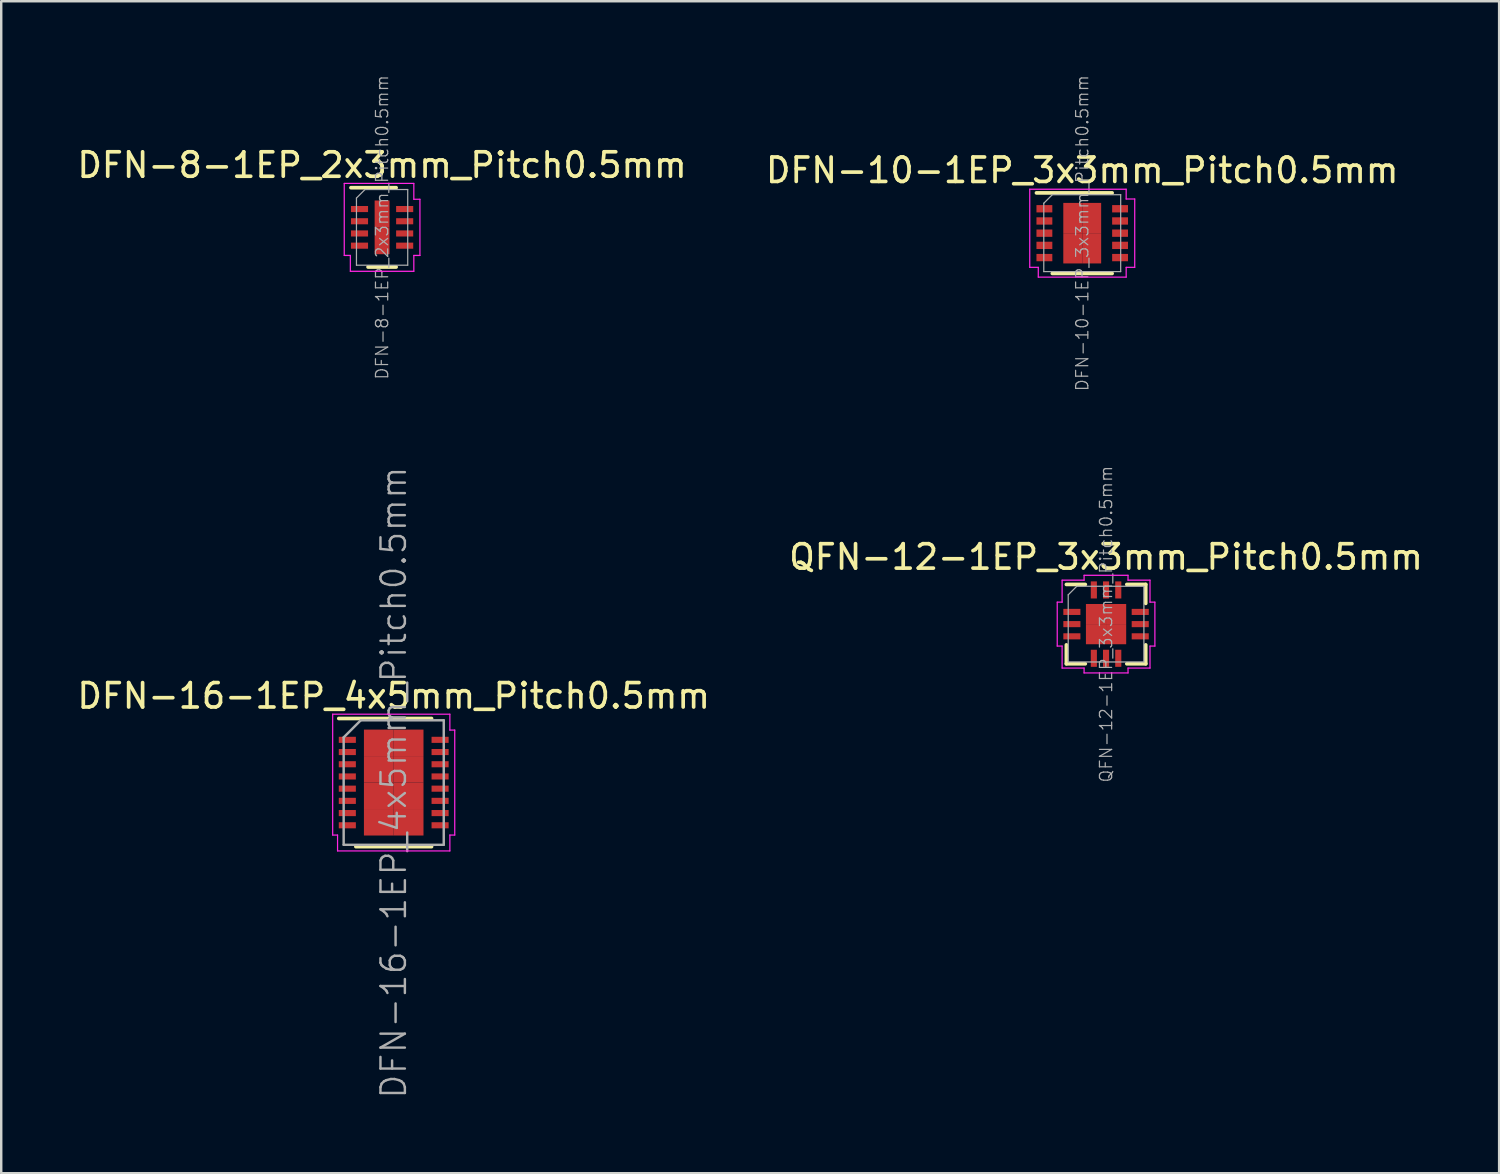
<source format=kicad_pcb>
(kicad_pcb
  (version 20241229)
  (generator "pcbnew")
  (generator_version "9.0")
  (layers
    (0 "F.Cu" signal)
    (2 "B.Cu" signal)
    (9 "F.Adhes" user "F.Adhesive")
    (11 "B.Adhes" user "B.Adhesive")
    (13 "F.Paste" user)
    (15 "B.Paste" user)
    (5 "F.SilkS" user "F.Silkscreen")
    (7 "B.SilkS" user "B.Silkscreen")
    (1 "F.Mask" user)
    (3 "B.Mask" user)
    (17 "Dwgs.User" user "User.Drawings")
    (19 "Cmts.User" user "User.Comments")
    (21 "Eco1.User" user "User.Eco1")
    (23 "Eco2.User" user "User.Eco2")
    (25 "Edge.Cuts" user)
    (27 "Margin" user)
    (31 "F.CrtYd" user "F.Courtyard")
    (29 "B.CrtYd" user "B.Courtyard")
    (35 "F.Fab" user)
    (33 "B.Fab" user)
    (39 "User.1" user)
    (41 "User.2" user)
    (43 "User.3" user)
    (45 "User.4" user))
  (footprint "DFN-10-1EP_3x3mm_Pitch0.5mm"
    (layer "F.Cu")
    (at 41.28 6.501)
    (property "Reference" "DFN-10-1EP_3x3mm_Pitch0.5mm" (at 0 -2.575 0) (layer "F.SilkS") (effects (font (size 1 1) (thickness 0.15))))
    (attr smd)
    (fp_line (start -1.875 -1.65) (end 1.225 -1.65) (stroke (width 0.15) (type solid)) (layer "F.SilkS"))
    (fp_line (start -1.225 1.65) (end 1.225 1.65) (stroke (width 0.15) (type solid)) (layer "F.SilkS"))
    (fp_line (start -2.15 -1.8) (end -2.15 1.4) (stroke (width 0.05) (type solid)) (layer "F.CrtYd"))
    (fp_line (start -2.15 1.4) (end -1.8 1.4) (stroke (width 0.05) (type solid)) (layer "F.CrtYd"))
    (fp_line (start -1.8 1.8) (end -1.8 1.4) (stroke (width 0.05) (type solid)) (layer "F.CrtYd"))
    (fp_line (start 1.8 -1.8) (end -2.15 -1.8) (stroke (width 0.05) (type solid)) (layer "F.CrtYd"))
    (fp_line (start 1.8 -1.8) (end 1.8 -1.4) (stroke (width 0.05) (type solid)) (layer "F.CrtYd"))
    (fp_line (start 1.8 1.8) (end -1.8 1.8) (stroke (width 0.05) (type solid)) (layer "F.CrtYd"))
    (fp_line (start 1.8 1.8) (end 1.8 1.4) (stroke (width 0.05) (type solid)) (layer "F.CrtYd"))
    (fp_line (start 2.15 -1.4) (end 1.8 -1.4) (stroke (width 0.05) (type solid)) (layer "F.CrtYd"))
    (fp_line (start 2.15 -1.4) (end 2.15 1.4) (stroke (width 0.05) (type solid)) (layer "F.CrtYd"))
    (fp_line (start 2.15 1.4) (end 1.8 1.4) (stroke (width 0.05) (type solid)) (layer "F.CrtYd"))
    (fp_line (start -1.575 -1.225) (end -1.225 -1.575) (stroke (width 0.05) (type solid)) (layer "F.Fab"))
    (fp_line (start -1.575 1.575) (end -1.575 -1.225) (stroke (width 0.05) (type solid)) (layer "F.Fab"))
    (fp_line (start 1.575 -1.575) (end -1.225 -1.575) (stroke (width 0.05) (type solid)) (layer "F.Fab"))
    (fp_line (start 1.575 1.575) (end -1.575 1.575) (stroke (width 0.05) (type solid)) (layer "F.Fab"))
    (fp_line (start 1.575 1.575) (end 1.575 -1.575) (stroke (width 0.05) (type solid)) (layer "F.Fab"))
    (fp_text user "${REFERENCE}" (at 0 0 90) (layer "F.Fab") (effects (font (size 0.5 0.5) (thickness 0.05))))
    (pad "1" smd rect (at -1.55 -1) (size 0.65 0.3) (layers "F.Cu" "F.Mask" "F.Paste"))
    (pad "2" smd rect (at -1.55 -0.5) (size 0.65 0.3) (layers "F.Cu" "F.Mask" "F.Paste"))
    (pad "3" smd rect (at -1.55 0) (size 0.65 0.3) (layers "F.Cu" "F.Mask" "F.Paste"))
    (pad "4" smd rect (at -1.55 0.5) (size 0.65 0.3) (layers "F.Cu" "F.Mask" "F.Paste"))
    (pad "5" smd rect (at -1.55 1) (size 0.65 0.3) (layers "F.Cu" "F.Mask" "F.Paste"))
    (pad "6" smd rect (at 1.55 1) (size 0.65 0.3) (layers "F.Cu" "F.Mask" "F.Paste"))
    (pad "7" smd rect (at 1.55 0.5) (size 0.65 0.3) (layers "F.Cu" "F.Mask" "F.Paste"))
    (pad "8" smd rect (at 1.55 0) (size 0.65 0.3) (layers "F.Cu" "F.Mask" "F.Paste"))
    (pad "9" smd rect (at 1.55 -0.5) (size 0.65 0.3) (layers "F.Cu" "F.Mask" "F.Paste"))
    (pad "10" smd rect (at 1.55 -1) (size 0.65 0.3) (layers "F.Cu" "F.Mask" "F.Paste"))
    (pad "11" smd rect (at -0.388 -0.62) (size 0.775 1.24) (layers "F.Cu" "F.Mask" "F.Paste"))
    (pad "11" smd rect (at -0.388 0.62) (size 0.775 1.24) (layers "F.Cu" "F.Mask" "F.Paste"))
    (pad "11" smd rect (at 0.388 -0.62) (size 0.775 1.24) (layers "F.Cu" "F.Mask" "F.Paste"))
    (pad "11" smd rect (at 0.388 0.62) (size 0.775 1.24) (layers "F.Cu" "F.Mask" "F.Paste")))
  (footprint "DFN-8-1EP_2x3mm_Pitch0.5mm"
    (layer "F.Cu")
    (at 12.601 6.263)
    (property "Reference" "DFN-8-1EP_2x3mm_Pitch0.5mm" (at 0 -2.55 0) (layer "F.SilkS") (effects (font (size 1 1) (thickness 0.15))))
    (attr smd)
    (fp_line (start -1.275 -1.625) (end 0.575 -1.625) (stroke (width 0.15) (type solid)) (layer "F.SilkS"))
    (fp_line (start -0.575 1.625) (end 0.575 1.625) (stroke (width 0.15) (type solid)) (layer "F.SilkS"))
    (fp_line (start -1.55 -1.8) (end -1.55 1.15) (stroke (width 0.05) (type solid)) (layer "F.CrtYd"))
    (fp_line (start -1.55 1.15) (end -1.3 1.15) (stroke (width 0.05) (type solid)) (layer "F.CrtYd"))
    (fp_line (start -1.3 1.8) (end -1.3 1.15) (stroke (width 0.05) (type solid)) (layer "F.CrtYd"))
    (fp_line (start 1.3 -1.8) (end -1.55 -1.8) (stroke (width 0.05) (type solid)) (layer "F.CrtYd"))
    (fp_line (start 1.3 -1.8) (end 1.3 -1.15) (stroke (width 0.05) (type solid)) (layer "F.CrtYd"))
    (fp_line (start 1.3 1.8) (end -1.3 1.8) (stroke (width 0.05) (type solid)) (layer "F.CrtYd"))
    (fp_line (start 1.3 1.8) (end 1.3 1.15) (stroke (width 0.05) (type solid)) (layer "F.CrtYd"))
    (fp_line (start 1.55 -1.15) (end 1.3 -1.15) (stroke (width 0.05) (type solid)) (layer "F.CrtYd"))
    (fp_line (start 1.55 -1.15) (end 1.55 1.15) (stroke (width 0.05) (type solid)) (layer "F.CrtYd"))
    (fp_line (start 1.55 1.15) (end 1.3 1.15) (stroke (width 0.05) (type solid)) (layer "F.CrtYd"))
    (fp_line (start -1.05 -1.2) (end -0.7 -1.55) (stroke (width 0.05) (type solid)) (layer "F.Fab"))
    (fp_line (start -1.05 1.55) (end -1.05 -1.2) (stroke (width 0.05) (type solid)) (layer "F.Fab"))
    (fp_line (start 1.05 -1.55) (end -0.7 -1.55) (stroke (width 0.05) (type solid)) (layer "F.Fab"))
    (fp_line (start 1.05 1.55) (end -1.05 1.55) (stroke (width 0.05) (type solid)) (layer "F.Fab"))
    (fp_line (start 1.05 1.55) (end 1.05 -1.55) (stroke (width 0.05) (type solid)) (layer "F.Fab"))
    (fp_text user "${REFERENCE}" (at 0 0 90) (layer "F.Fab") (effects (font (size 0.5 0.5) (thickness 0.05))))
    (pad "1" smd rect (at -0.925 -0.75) (size 0.7 0.25) (layers "F.Cu" "F.Mask" "F.Paste"))
    (pad "2" smd rect (at -0.925 -0.25) (size 0.7 0.25) (layers "F.Cu" "F.Mask" "F.Paste"))
    (pad "3" smd rect (at -0.925 0.25) (size 0.7 0.25) (layers "F.Cu" "F.Mask" "F.Paste"))
    (pad "4" smd rect (at -0.925 0.75) (size 0.7 0.25) (layers "F.Cu" "F.Mask" "F.Paste"))
    (pad "5" smd rect (at 0.925 0.75) (size 0.7 0.25) (layers "F.Cu" "F.Mask" "F.Paste"))
    (pad "6" smd rect (at 0.925 0.25) (size 0.7 0.25) (layers "F.Cu" "F.Mask" "F.Paste"))
    (pad "7" smd rect (at 0.925 -0.25) (size 0.7 0.25) (layers "F.Cu" "F.Mask" "F.Paste"))
    (pad "8" smd rect (at 0.925 -0.75) (size 0.7 0.25) (layers "F.Cu" "F.Mask" "F.Paste"))
    (pad "9" smd rect (at 0 -0.55) (size 0.61 1.1) (layers "F.Cu" "F.Mask" "F.Paste"))
    (pad "9" smd rect (at 0 0.55) (size 0.61 1.1) (layers "F.Cu" "F.Mask" "F.Paste")))
  (footprint "QFN-12-1EP_3x3mm_Pitch0.5mm"
    (layer "F.Cu")
    (at 42.256 22.515)
    (property "Reference" "QFN-12-1EP_3x3mm_Pitch0.5mm" (at 0 -2.75 0) (layer "F.SilkS") (effects (font (size 1 1) (thickness 0.15))))
    (attr smd)
    (fp_line (start -1.625 -1.625) (end -0.85 -1.625) (stroke (width 0.15) (type solid)) (layer "F.SilkS"))
    (fp_line (start -1.625 1.625) (end -1.625 0.85) (stroke (width 0.15) (type solid)) (layer "F.SilkS"))
    (fp_line (start -1.625 1.625) (end -0.85 1.625) (stroke (width 0.15) (type solid)) (layer "F.SilkS"))
    (fp_line (start 1.625 -1.625) (end 0.85 -1.625) (stroke (width 0.15) (type solid)) (layer "F.SilkS"))
    (fp_line (start 1.625 -1.625) (end 1.625 -0.85) (stroke (width 0.15) (type solid)) (layer "F.SilkS"))
    (fp_line (start 1.625 1.625) (end 0.85 1.625) (stroke (width 0.15) (type solid)) (layer "F.SilkS"))
    (fp_line (start 1.625 1.625) (end 1.625 0.85) (stroke (width 0.15) (type solid)) (layer "F.SilkS"))
    (fp_line (start -2 -0.9) (end -2 0.9) (stroke (width 0.05) (type solid)) (layer "F.CrtYd"))
    (fp_line (start -2 -0.9) (end -1.8 -0.9) (stroke (width 0.05) (type solid)) (layer "F.CrtYd"))
    (fp_line (start -2 0.9) (end -1.8 0.9) (stroke (width 0.05) (type solid)) (layer "F.CrtYd"))
    (fp_line (start -1.8 -1.8) (end -1.8 -0.9) (stroke (width 0.05) (type solid)) (layer "F.CrtYd"))
    (fp_line (start -1.8 1.8) (end -1.8 0.9) (stroke (width 0.05) (type solid)) (layer "F.CrtYd"))
    (fp_line (start -0.9 -2) (end -0.9 -1.8) (stroke (width 0.05) (type solid)) (layer "F.CrtYd"))
    (fp_line (start -0.9 -1.8) (end -1.8 -1.8) (stroke (width 0.05) (type solid)) (layer "F.CrtYd"))
    (fp_line (start -0.9 1.8) (end -1.8 1.8) (stroke (width 0.05) (type solid)) (layer "F.CrtYd"))
    (fp_line (start -0.9 2) (end -0.9 1.8) (stroke (width 0.05) (type solid)) (layer "F.CrtYd"))
    (fp_line (start 0.9 -2) (end -0.9 -2) (stroke (width 0.05) (type solid)) (layer "F.CrtYd"))
    (fp_line (start 0.9 -2) (end 0.9 -1.8) (stroke (width 0.05) (type solid)) (layer "F.CrtYd"))
    (fp_line (start 0.9 -1.8) (end 1.8 -1.8) (stroke (width 0.05) (type solid)) (layer "F.CrtYd"))
    (fp_line (start 0.9 1.8) (end 1.8 1.8) (stroke (width 0.05) (type solid)) (layer "F.CrtYd"))
    (fp_line (start 0.9 2) (end -0.9 2) (stroke (width 0.05) (type solid)) (layer "F.CrtYd"))
    (fp_line (start 0.9 2) (end 0.9 1.8) (stroke (width 0.05) (type solid)) (layer "F.CrtYd"))
    (fp_line (start 1.8 -1.8) (end 1.8 -0.9) (stroke (width 0.05) (type solid)) (layer "F.CrtYd"))
    (fp_line (start 1.8 1.8) (end 1.8 0.9) (stroke (width 0.05) (type solid)) (layer "F.CrtYd"))
    (fp_line (start 2 -0.9) (end 1.8 -0.9) (stroke (width 0.05) (type solid)) (layer "F.CrtYd"))
    (fp_line (start 2 -0.9) (end 2 0.9) (stroke (width 0.05) (type solid)) (layer "F.CrtYd"))
    (fp_line (start 2 0.9) (end 1.8 0.9) (stroke (width 0.05) (type solid)) (layer "F.CrtYd"))
    (fp_line (start -1.55 -1.2) (end -1.2 -1.55) (stroke (width 0.05) (type solid)) (layer "F.Fab"))
    (fp_line (start -1.55 1.55) (end -1.55 -1.2) (stroke (width 0.05) (type solid)) (layer "F.Fab"))
    (fp_line (start 1.55 -1.55) (end -1.2 -1.55) (stroke (width 0.05) (type solid)) (layer "F.Fab"))
    (fp_line (start 1.55 1.55) (end -1.55 1.55) (stroke (width 0.05) (type solid)) (layer "F.Fab"))
    (fp_line (start 1.55 1.55) (end 1.55 -1.55) (stroke (width 0.05) (type solid)) (layer "F.Fab"))
    (fp_text user "${REFERENCE}" (at 0 0 90) (layer "F.Fab") (effects (font (size 0.5 0.5) (thickness 0.05))))
    (pad "1" smd rect (at -1.4 -0.5) (size 0.7 0.25) (layers "F.Cu" "F.Mask" "F.Paste"))
    (pad "2" smd rect (at -1.4 0) (size 0.7 0.25) (layers "F.Cu" "F.Mask" "F.Paste"))
    (pad "3" smd rect (at -1.4 0.5) (size 0.7 0.25) (layers "F.Cu" "F.Mask" "F.Paste"))
    (pad "4" smd rect (at -0.5 1.4 90) (size 0.7 0.25) (layers "F.Cu" "F.Mask" "F.Paste"))
    (pad "5" smd rect (at 0 1.4 90) (size 0.7 0.25) (layers "F.Cu" "F.Mask" "F.Paste"))
    (pad "6" smd rect (at 0.5 1.4 90) (size 0.7 0.25) (layers "F.Cu" "F.Mask" "F.Paste"))
    (pad "7" smd rect (at 1.4 0.5) (size 0.7 0.25) (layers "F.Cu" "F.Mask" "F.Paste"))
    (pad "8" smd rect (at 1.4 0) (size 0.7 0.25) (layers "F.Cu" "F.Mask" "F.Paste"))
    (pad "9" smd rect (at 1.4 -0.5) (size 0.7 0.25) (layers "F.Cu" "F.Mask" "F.Paste"))
    (pad "10" smd rect (at 0.5 -1.4 90) (size 0.7 0.25) (layers "F.Cu" "F.Mask" "F.Paste"))
    (pad "11" smd rect (at 0 -1.4 90) (size 0.7 0.25) (layers "F.Cu" "F.Mask" "F.Paste"))
    (pad "12" smd rect (at -0.5 -1.4 90) (size 0.7 0.25) (layers "F.Cu" "F.Mask" "F.Paste"))
    (pad "13" smd rect (at -0.412 -0.412) (size 0.825 0.825) (layers "F.Cu" "F.Mask" "F.Paste"))
    (pad "13" smd rect (at -0.412 0.412) (size 0.825 0.825) (layers "F.Cu" "F.Mask" "F.Paste"))
    (pad "13" smd rect (at 0.412 -0.412) (size 0.825 0.825) (layers "F.Cu" "F.Mask" "F.Paste"))
    (pad "13" smd rect (at 0.412 0.412) (size 0.825 0.825) (layers "F.Cu" "F.Mask" "F.Paste")))
  (footprint "DFN-16-1EP_4x5mm_Pitch0.5mm"
    (layer "F.Cu")
    (at 13.077 29.005)
    (property "Reference" "DFN-16-1EP_4x5mm_Pitch0.5mm" (at 0 -3.55 0) (layer "F.SilkS") (effects (font (size 1 1) (thickness 0.15))))
    (attr smd)
    (fp_line (start -2.25 -2.625) (end 1.55 -2.625) (stroke (width 0.15) (type solid)) (layer "F.SilkS"))
    (fp_line (start -1.55 2.625) (end 1.55 2.625) (stroke (width 0.15) (type solid)) (layer "F.SilkS"))
    (fp_line (start -2.5 -2.8) (end -2.5 2.15) (stroke (width 0.05) (type solid)) (layer "F.CrtYd"))
    (fp_line (start -2.5 2.15) (end -2.3 2.15) (stroke (width 0.05) (type solid)) (layer "F.CrtYd"))
    (fp_line (start -2.3 2.8) (end -2.3 2.15) (stroke (width 0.05) (type solid)) (layer "F.CrtYd"))
    (fp_line (start 2.3 -2.8) (end -2.5 -2.8) (stroke (width 0.05) (type solid)) (layer "F.CrtYd"))
    (fp_line (start 2.3 -2.8) (end 2.3 -2.15) (stroke (width 0.05) (type solid)) (layer "F.CrtYd"))
    (fp_line (start 2.3 2.8) (end -2.3 2.8) (stroke (width 0.05) (type solid)) (layer "F.CrtYd"))
    (fp_line (start 2.3 2.8) (end 2.3 2.15) (stroke (width 0.05) (type solid)) (layer "F.CrtYd"))
    (fp_line (start 2.5 -2.15) (end 2.3 -2.15) (stroke (width 0.05) (type solid)) (layer "F.CrtYd"))
    (fp_line (start 2.5 -2.15) (end 2.5 2.15) (stroke (width 0.05) (type solid)) (layer "F.CrtYd"))
    (fp_line (start 2.5 2.15) (end 2.3 2.15) (stroke (width 0.05) (type solid)) (layer "F.CrtYd"))
    (fp_line (start -2.05 -1.85) (end -1.35 -2.55) (stroke (width 0.1) (type solid)) (layer "F.Fab"))
    (fp_line (start -2.05 2.55) (end -2.05 -1.85) (stroke (width 0.1) (type solid)) (layer "F.Fab"))
    (fp_line (start 2.05 -2.55) (end -1.35 -2.55) (stroke (width 0.1) (type solid)) (layer "F.Fab"))
    (fp_line (start 2.05 2.55) (end -2.05 2.55) (stroke (width 0.1) (type solid)) (layer "F.Fab"))
    (fp_line (start 2.05 2.55) (end 2.05 -2.55) (stroke (width 0.1) (type solid)) (layer "F.Fab"))
    (fp_text user "${REFERENCE}" (at 0 0 90) (layer "F.Fab") (effects (font (size 1 1) (thickness 0.1))))
    (pad "1" smd rect (at -1.9 -1.75) (size 0.7 0.25) (layers "F.Cu" "F.Mask" "F.Paste"))
    (pad "2" smd rect (at -1.9 -1.25) (size 0.7 0.25) (layers "F.Cu" "F.Mask" "F.Paste"))
    (pad "3" smd rect (at -1.9 -0.75) (size 0.7 0.25) (layers "F.Cu" "F.Mask" "F.Paste"))
    (pad "4" smd rect (at -1.9 -0.25) (size 0.7 0.25) (layers "F.Cu" "F.Mask" "F.Paste"))
    (pad "5" smd rect (at -1.9 0.25) (size 0.7 0.25) (layers "F.Cu" "F.Mask" "F.Paste"))
    (pad "6" smd rect (at -1.9 0.75) (size 0.7 0.25) (layers "F.Cu" "F.Mask" "F.Paste"))
    (pad "7" smd rect (at -1.9 1.25) (size 0.7 0.25) (layers "F.Cu" "F.Mask" "F.Paste"))
    (pad "8" smd rect (at -1.9 1.75) (size 0.7 0.25) (layers "F.Cu" "F.Mask" "F.Paste"))
    (pad "9" smd rect (at 1.9 1.75) (size 0.7 0.25) (layers "F.Cu" "F.Mask" "F.Paste"))
    (pad "10" smd rect (at 1.9 1.25) (size 0.7 0.25) (layers "F.Cu" "F.Mask" "F.Paste"))
    (pad "11" smd rect (at 1.9 0.75) (size 0.7 0.25) (layers "F.Cu" "F.Mask" "F.Paste"))
    (pad "12" smd rect (at 1.9 0.25) (size 0.7 0.25) (layers "F.Cu" "F.Mask" "F.Paste"))
    (pad "13" smd rect (at 1.9 -0.25) (size 0.7 0.25) (layers "F.Cu" "F.Mask" "F.Paste"))
    (pad "14" smd rect (at 1.9 -0.75) (size 0.7 0.25) (layers "F.Cu" "F.Mask" "F.Paste"))
    (pad "15" smd rect (at 1.9 -1.25) (size 0.7 0.25) (layers "F.Cu" "F.Mask" "F.Paste"))
    (pad "16" smd rect (at 1.9 -1.75) (size 0.7 0.25) (layers "F.Cu" "F.Mask" "F.Paste"))
    (pad "17" smd rect (at -0.61 -1.627) (size 1.22 1.085) (layers "F.Cu" "F.Mask" "F.Paste"))
    (pad "17" smd rect (at -0.61 -0.542) (size 1.22 1.085) (layers "F.Cu" "F.Mask" "F.Paste"))
    (pad "17" smd rect (at -0.61 0.542) (size 1.22 1.085) (layers "F.Cu" "F.Mask" "F.Paste"))
    (pad "17" smd rect (at -0.61 1.627) (size 1.22 1.085) (layers "F.Cu" "F.Mask" "F.Paste"))
    (pad "17" smd rect (at 0.61 -1.627) (size 1.22 1.085) (layers "F.Cu" "F.Mask" "F.Paste"))
    (pad "17" smd rect (at 0.61 -0.542) (size 1.22 1.085) (layers "F.Cu" "F.Mask" "F.Paste"))
    (pad "17" smd rect (at 0.61 0.542) (size 1.22 1.085) (layers "F.Cu" "F.Mask" "F.Paste"))
    (pad "17" smd rect (at 0.61 1.627) (size 1.22 1.085) (layers "F.Cu" "F.Mask" "F.Paste")))
  (gr_rect
    (start -3 -3)
    (end 58.357 45.007)
    (stroke (width 0.1) (type default))
    (fill no)
    (layer "Edge.Cuts")))
</source>
